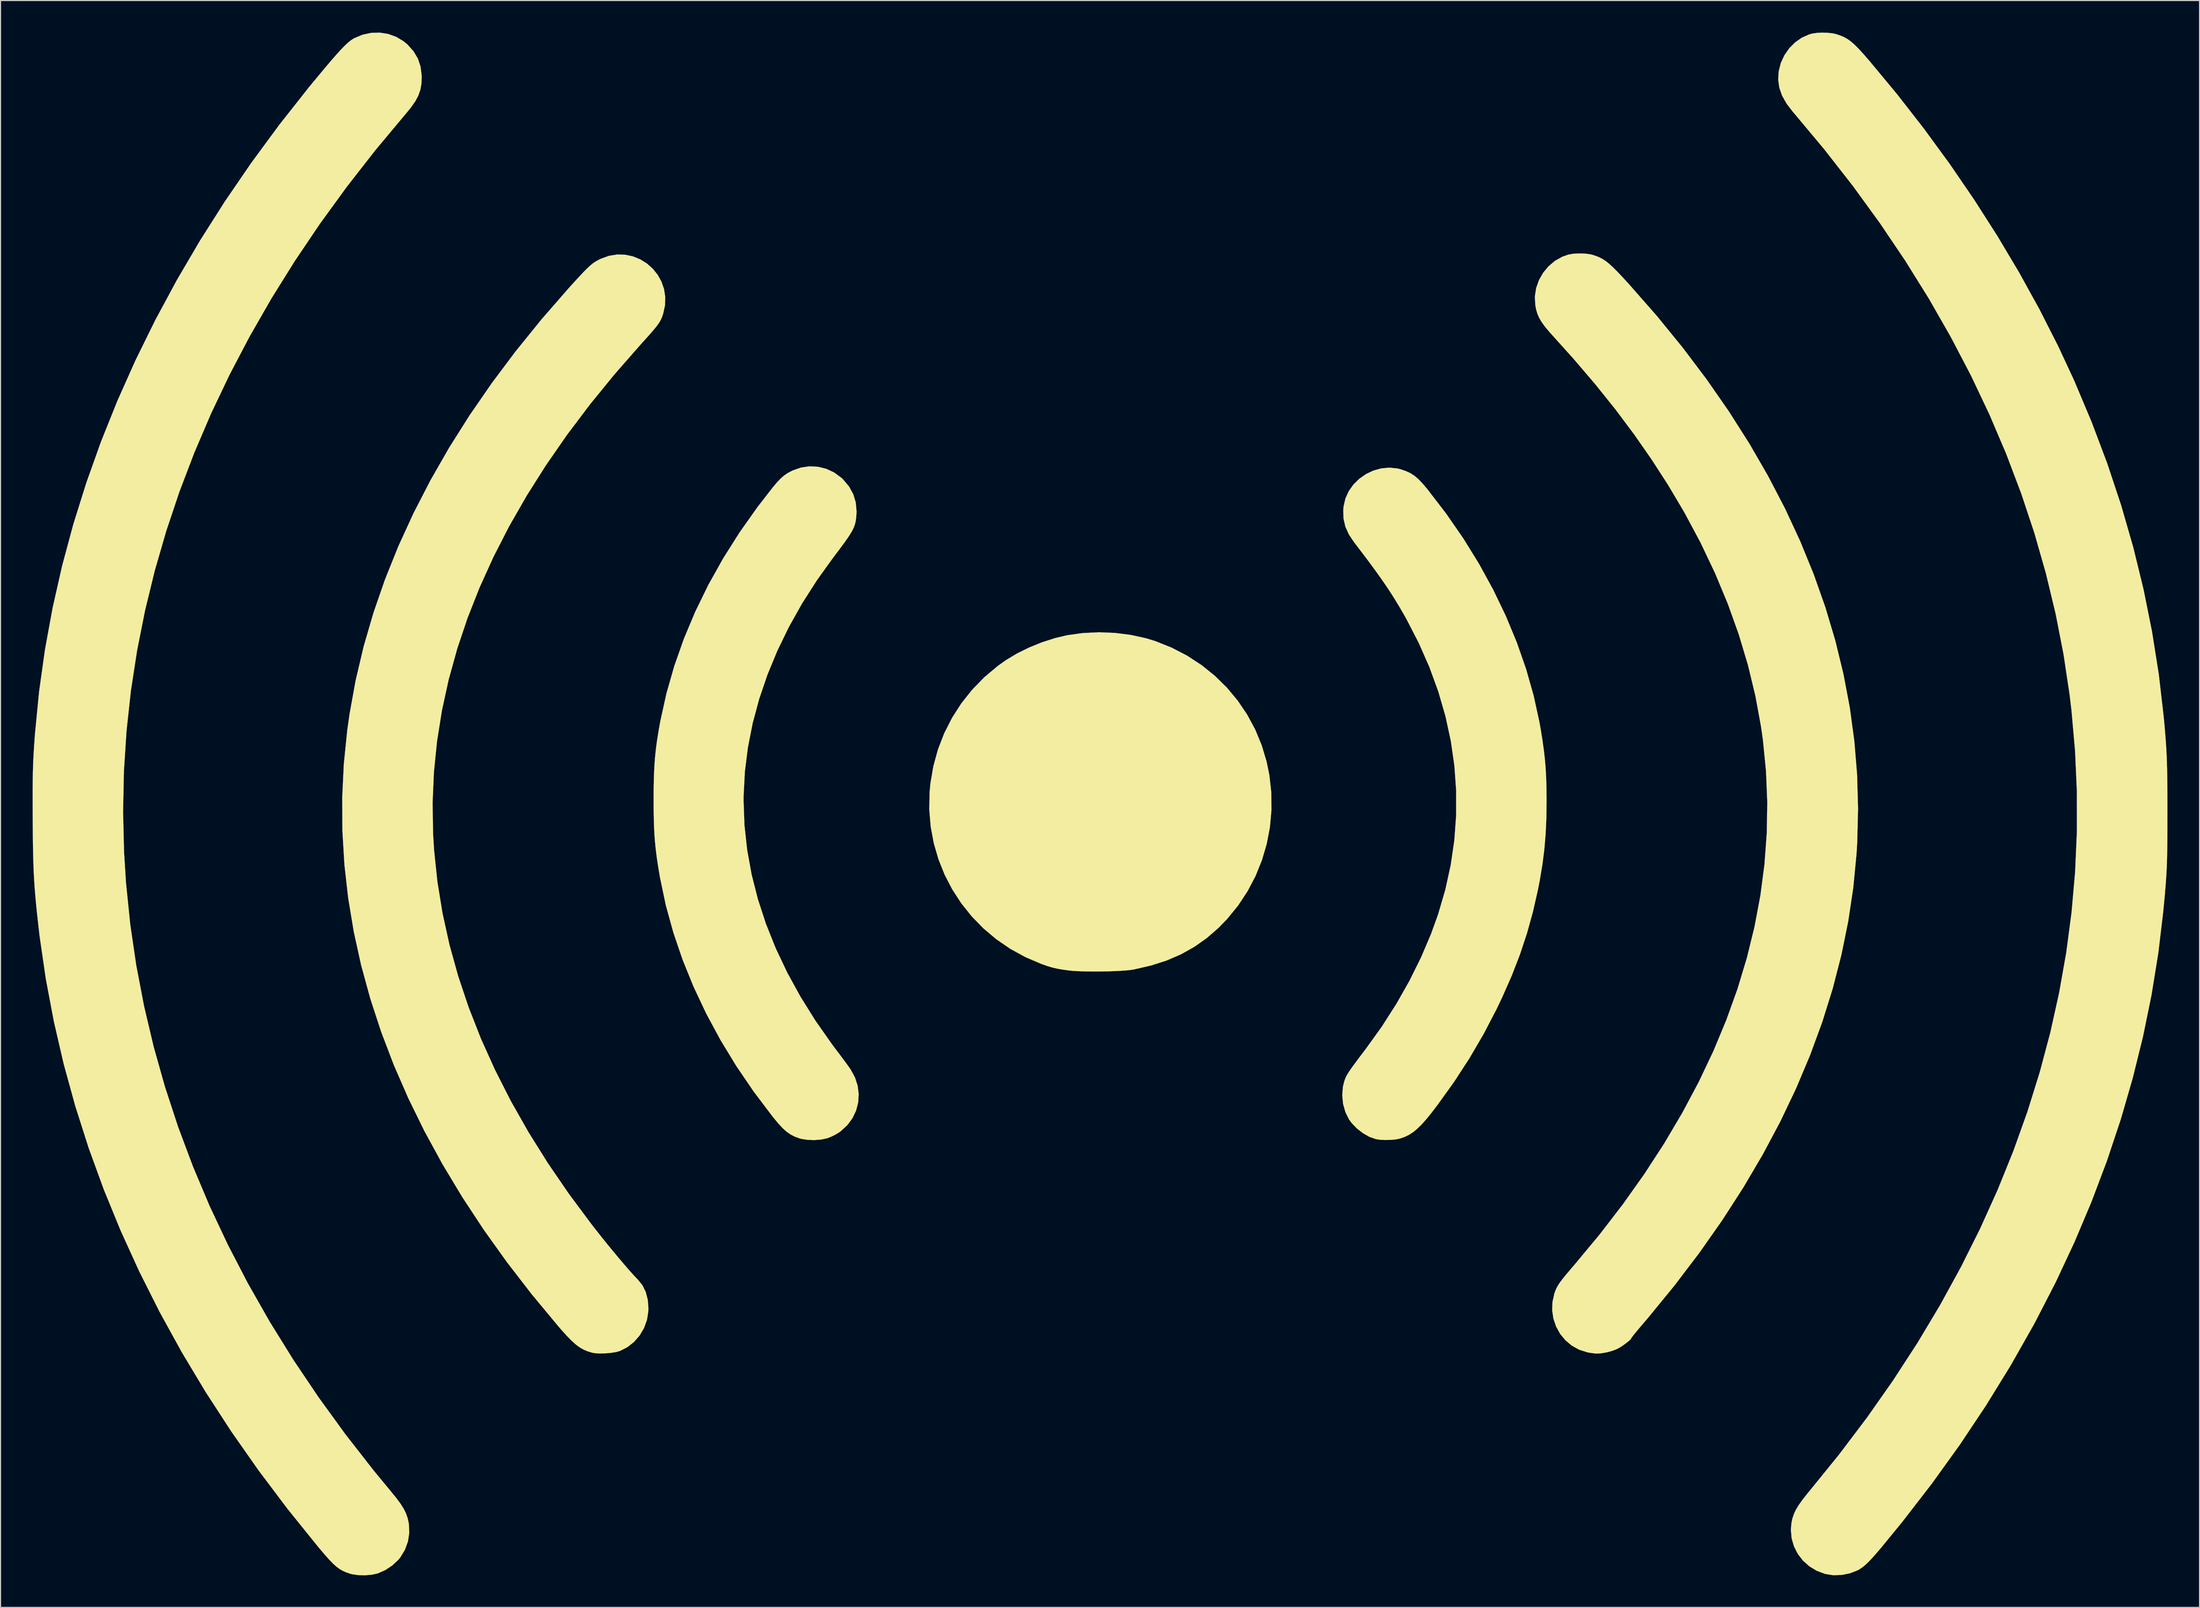
<source format=kicad_pcb>
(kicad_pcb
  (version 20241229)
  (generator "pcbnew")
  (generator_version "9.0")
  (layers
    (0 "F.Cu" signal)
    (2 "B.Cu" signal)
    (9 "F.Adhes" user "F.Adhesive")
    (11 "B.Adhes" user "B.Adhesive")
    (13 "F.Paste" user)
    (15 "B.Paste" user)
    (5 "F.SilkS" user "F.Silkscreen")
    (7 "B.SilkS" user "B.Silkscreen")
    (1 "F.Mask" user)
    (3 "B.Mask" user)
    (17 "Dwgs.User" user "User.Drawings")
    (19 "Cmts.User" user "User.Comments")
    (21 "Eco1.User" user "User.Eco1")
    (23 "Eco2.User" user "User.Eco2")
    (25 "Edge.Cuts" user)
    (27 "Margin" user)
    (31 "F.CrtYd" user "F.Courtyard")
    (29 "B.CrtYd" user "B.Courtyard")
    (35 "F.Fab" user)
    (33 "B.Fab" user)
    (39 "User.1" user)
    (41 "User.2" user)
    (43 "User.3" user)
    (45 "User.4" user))
  (footprint "rfid_14x20_F"
    (layer "F.Cu")
    (at 99.879 72.136)
    (property "Reference" "rfid_14x20_F" (at 0 0 0) (layer "F.SilkS") (effects (font (size 1.524 1.524) (thickness 0.3))))
    (attr through_hole)
    (fp_poly (pts (xy 1.386 -15.962) (xy 2.872 -15.775) (xy 4.298 -15.462) (xy 5.17 -15.195) (xy 6.706 -14.579) (xy 8.151 -13.828) (xy 9.497 -12.948) (xy 10.739 -11.949) (xy 11.868 -10.838) (xy 12.878 -9.625) (xy 13.762 -8.317) (xy 14.512 -6.922) (xy 15.121 -5.449) (xy 15.583 -3.907) (xy 15.836 -2.665) (xy 16.018 -1.036) (xy 16.035 0.588) (xy 15.892 2.194) (xy 15.593 3.771) (xy 15.141 5.307) (xy 14.541 6.79) (xy 13.796 8.209) (xy 12.911 9.551) (xy 11.89 10.804) (xy 11.09 11.628) (xy 9.99 12.585) (xy 8.821 13.41) (xy 7.57 14.11) (xy 6.223 14.691) (xy 4.766 15.159) (xy 3.186 15.523) (xy 3.09 15.541) (xy 2.687 15.596) (xy 2.147 15.642) (xy 1.506 15.678) (xy 0.795 15.703) (xy 0.05 15.717) (xy -0.697 15.72) (xy -1.413 15.71) (xy -2.063 15.688) (xy -2.615 15.654) (xy -2.906 15.624) (xy -3.519 15.54) (xy -4.021 15.452) (xy -4.469 15.348) (xy -4.922 15.212) (xy -5.436 15.032) (xy -5.503 15.007) (xy -7.007 14.365) (xy -8.416 13.59) (xy -9.724 12.69) (xy -10.925 11.676) (xy -12.014 10.557) (xy -12.983 9.342) (xy -13.828 8.042) (xy -14.543 6.666) (xy -15.121 5.222) (xy -15.558 3.722) (xy -15.846 2.175) (xy -15.98 0.589) (xy -15.954 -1.025) (xy -15.877 -1.863) (xy -15.6 -3.493) (xy -15.165 -5.069) (xy -14.579 -6.582) (xy -13.846 -8.023) (xy -12.974 -9.382) (xy -11.967 -10.649) (xy -10.831 -11.815) (xy -9.573 -12.871) (xy -8.805 -13.418) (xy -7.779 -14.035) (xy -6.637 -14.598) (xy -5.429 -15.087) (xy -4.203 -15.48) (xy -3.082 -15.745) (xy -1.626 -15.949) (xy -0.125 -16.021) (xy 1.386 -15.962)) (stroke (width 0.01) (type solid)) (fill yes) (layer "F.SilkS"))
    (fp_poly (pts (xy 27.813 -31.351) (xy 28.115 -31.275) (xy 28.608 -31.108) (xy 29.032 -30.911) (xy 29.419 -30.662) (xy 29.799 -30.335) (xy 30.204 -29.908) (xy 30.645 -29.383) (xy 32.39 -27.111) (xy 33.998 -24.783) (xy 35.466 -22.407) (xy 36.789 -19.99) (xy 37.965 -17.543) (xy 38.989 -15.072) (xy 39.857 -12.587) (xy 40.565 -10.095) (xy 41.109 -7.606) (xy 41.226 -6.943) (xy 41.393 -5.904) (xy 41.523 -4.967) (xy 41.622 -4.088) (xy 41.693 -3.22) (xy 41.74 -2.319) (xy 41.766 -1.338) (xy 41.775 -0.254) (xy 41.755 1.364) (xy 41.686 2.869) (xy 41.563 4.313) (xy 41.38 5.745) (xy 41.133 7.217) (xy 40.974 8.034) (xy 40.502 10.121) (xy 39.942 12.141) (xy 39.283 14.129) (xy 38.512 16.119) (xy 37.618 18.147) (xy 37.084 19.262) (xy 35.874 21.585) (xy 34.564 23.829) (xy 33.132 26.031) (xy 31.58 28.194) (xy 31.01 28.939) (xy 30.51 29.554) (xy 30.064 30.054) (xy 29.654 30.454) (xy 29.265 30.769) (xy 28.879 31.014) (xy 28.479 31.204) (xy 28.048 31.354) (xy 28.03 31.36) (xy 27.657 31.433) (xy 27.182 31.476) (xy 26.67 31.486) (xy 26.185 31.462) (xy 25.798 31.403) (xy 25.2 31.191) (xy 24.596 30.849) (xy 24.029 30.409) (xy 23.542 29.904) (xy 23.297 29.567) (xy 22.952 28.876) (xy 22.738 28.11) (xy 22.659 27.31) (xy 22.72 26.515) (xy 22.849 25.986) (xy 22.912 25.803) (xy 22.985 25.625) (xy 23.08 25.437) (xy 23.207 25.222) (xy 23.379 24.961) (xy 23.606 24.638) (xy 23.9 24.237) (xy 24.273 23.74) (xy 24.734 23.131) (xy 24.866 22.957) (xy 26.351 20.891) (xy 27.713 18.765) (xy 28.943 16.595) (xy 30.031 14.4) (xy 30.969 12.197) (xy 31.629 10.365) (xy 32.303 8.061) (xy 32.809 5.748) (xy 33.146 3.43) (xy 33.315 1.108) (xy 33.316 -1.215) (xy 33.15 -3.536) (xy 32.817 -5.852) (xy 32.317 -8.161) (xy 31.651 -10.461) (xy 30.818 -12.748) (xy 29.819 -15.02) (xy 28.655 -17.274) (xy 28.368 -17.783) (xy 27.968 -18.468) (xy 27.568 -19.126) (xy 27.155 -19.777) (xy 26.713 -20.441) (xy 26.23 -21.138) (xy 25.691 -21.888) (xy 25.084 -22.712) (xy 24.392 -23.629) (xy 23.756 -24.461) (xy 23.273 -25.186) (xy 22.95 -25.908) (xy 22.779 -26.651) (xy 22.753 -27.442) (xy 22.786 -27.813) (xy 22.958 -28.554) (xy 23.273 -29.239) (xy 23.711 -29.854) (xy 24.253 -30.386) (xy 24.878 -30.823) (xy 25.567 -31.151) (xy 26.299 -31.356) (xy 27.054 -31.427) (xy 27.813 -31.351)) (stroke (width 0.01) (type solid)) (fill yes) (layer "F.SilkS"))
    (fp_poly (pts (xy -26.388 -31.509) (xy -25.612 -31.314) (xy -24.88 -30.971) (xy -24.213 -30.483) (xy -24.038 -30.317) (xy -23.486 -29.659) (xy -23.094 -28.944) (xy -22.861 -28.172) (xy -22.787 -27.342) (xy -22.798 -27.061) (xy -22.825 -26.724) (xy -22.866 -26.424) (xy -22.932 -26.142) (xy -23.031 -25.859) (xy -23.175 -25.557) (xy -23.372 -25.217) (xy -23.634 -24.82) (xy -23.97 -24.347) (xy -24.39 -23.781) (xy -24.904 -23.101) (xy -24.948 -23.044) (xy -26.487 -20.904) (xy -27.877 -18.729) (xy -29.115 -16.524) (xy -30.198 -14.295) (xy -31.126 -12.047) (xy -31.896 -9.785) (xy -32.506 -7.516) (xy -32.953 -5.244) (xy -33.237 -2.976) (xy -33.354 -0.716) (xy -33.358 -0.287) (xy -33.275 2.022) (xy -33.024 4.332) (xy -32.605 6.641) (xy -32.02 8.946) (xy -31.269 11.245) (xy -30.354 13.535) (xy -29.275 15.813) (xy -28.033 18.077) (xy -26.63 20.324) (xy -25.066 22.552) (xy -24.698 23.042) (xy -24.358 23.493) (xy -24.03 23.932) (xy -23.738 24.329) (xy -23.504 24.652) (xy -23.349 24.872) (xy -23.347 24.876) (xy -22.938 25.624) (xy -22.686 26.402) (xy -22.586 27.192) (xy -22.635 27.974) (xy -22.83 28.73) (xy -23.167 29.441) (xy -23.641 30.087) (xy -24.25 30.649) (xy -24.48 30.813) (xy -24.839 31.022) (xy -25.246 31.215) (xy -25.544 31.326) (xy -26.095 31.443) (xy -26.722 31.493) (xy -27.356 31.474) (xy -27.93 31.386) (xy -28.126 31.333) (xy -28.565 31.171) (xy -28.955 30.973) (xy -29.322 30.719) (xy -29.694 30.385) (xy -30.098 29.951) (xy -30.56 29.396) (xy -30.607 29.337) (xy -32.385 26.988) (xy -34.02 24.59) (xy -35.508 22.148) (xy -36.845 19.669) (xy -38.029 17.161) (xy -39.057 14.63) (xy -39.925 12.082) (xy -40.63 9.525) (xy -41.169 6.965) (xy -41.188 6.859) (xy -41.349 5.903) (xy -41.479 5.039) (xy -41.58 4.23) (xy -41.657 3.439) (xy -41.712 2.629) (xy -41.747 1.763) (xy -41.767 0.804) (xy -41.773 -0.286) (xy -41.773 -0.339) (xy -41.767 -1.473) (xy -41.747 -2.475) (xy -41.708 -3.38) (xy -41.649 -4.225) (xy -41.566 -5.046) (xy -41.456 -5.878) (xy -41.315 -6.759) (xy -41.146 -7.701) (xy -40.576 -10.291) (xy -39.839 -12.867) (xy -38.938 -15.423) (xy -37.875 -17.955) (xy -36.652 -20.459) (xy -35.272 -22.928) (xy -33.736 -25.359) (xy -32.048 -27.746) (xy -30.64 -29.559) (xy -30.237 -30.039) (xy -29.891 -30.406) (xy -29.566 -30.689) (xy -29.228 -30.919) (xy -28.841 -31.124) (xy -28.767 -31.159) (xy -27.987 -31.435) (xy -27.187 -31.55) (xy -26.388 -31.509)) (stroke (width 0.01) (type solid)) (fill yes) (layer "F.SilkS"))
    (fp_poly (pts (xy -44.42 -51.348) (xy -43.698 -51.192) (xy -43.022 -50.915) (xy -42.405 -50.53) (xy -41.86 -50.048) (xy -41.402 -49.481) (xy -41.045 -48.841) (xy -40.801 -48.141) (xy -40.685 -47.392) (xy -40.711 -46.606) (xy -40.876 -45.847) (xy -40.959 -45.597) (xy -41.049 -45.371) (xy -41.16 -45.15) (xy -41.307 -44.916) (xy -41.503 -44.649) (xy -41.761 -44.332) (xy -42.095 -43.944) (xy -42.52 -43.468) (xy -42.98 -42.959) (xy -45.446 -40.144) (xy -47.747 -37.32) (xy -49.882 -34.488) (xy -51.85 -31.648) (xy -53.651 -28.801) (xy -55.286 -25.948) (xy -56.753 -23.088) (xy -58.053 -20.223) (xy -59.186 -17.353) (xy -60.151 -14.479) (xy -60.948 -11.601) (xy -61.578 -8.719) (xy -62.038 -5.834) (xy -62.33 -2.948) (xy -62.454 -0.059) (xy -62.408 2.831) (xy -62.313 4.386) (xy -62.004 7.327) (xy -61.525 10.267) (xy -60.878 13.206) (xy -60.063 16.142) (xy -59.08 19.075) (xy -57.931 22.003) (xy -56.614 24.926) (xy -55.132 27.842) (xy -53.483 30.751) (xy -51.669 33.65) (xy -49.691 36.541) (xy -47.547 39.42) (xy -46.621 40.598) (xy -46.098 41.247) (xy -45.569 41.891) (xy -45.052 42.512) (xy -44.563 43.088) (xy -44.119 43.603) (xy -43.734 44.036) (xy -43.426 44.369) (xy -43.262 44.535) (xy -42.827 45.068) (xy -42.511 45.71) (xy -42.32 46.442) (xy -42.259 47.246) (xy -42.268 47.509) (xy -42.396 48.318) (xy -42.672 49.08) (xy -43.08 49.775) (xy -43.607 50.38) (xy -44.235 50.874) (xy -44.931 51.229) (xy -45.288 51.328) (xy -45.754 51.402) (xy -46.272 51.448) (xy -46.785 51.461) (xy -47.235 51.438) (xy -47.5 51.394) (xy -47.92 51.27) (xy -48.305 51.111) (xy -48.673 50.903) (xy -49.047 50.628) (xy -49.447 50.27) (xy -49.894 49.814) (xy -50.408 49.243) (xy -50.666 48.946) (xy -53.164 45.938) (xy -55.5 42.913) (xy -57.673 39.873) (xy -59.683 36.818) (xy -61.528 33.75) (xy -63.21 30.67) (xy -64.726 27.578) (xy -66.078 24.477) (xy -67.265 21.366) (xy -68.285 18.248) (xy -69.14 15.123) (xy -69.828 11.992) (xy -70.349 8.857) (xy -70.703 5.719) (xy -70.89 2.578) (xy -70.908 -0.564) (xy -70.758 -3.706) (xy -70.439 -6.847) (xy -70.222 -8.382) (xy -69.647 -11.546) (xy -68.903 -14.697) (xy -67.991 -17.832) (xy -66.911 -20.953) (xy -65.663 -24.057) (xy -64.248 -27.146) (xy -62.666 -30.218) (xy -60.917 -33.273) (xy -59.001 -36.309) (xy -56.919 -39.328) (xy -54.671 -42.327) (xy -52.257 -45.308) (xy -49.678 -48.268) (xy -49.229 -48.763) (xy -48.732 -49.303) (xy -48.327 -49.734) (xy -47.993 -50.071) (xy -47.713 -50.333) (xy -47.464 -50.537) (xy -47.229 -50.699) (xy -46.987 -50.838) (xy -46.72 -50.969) (xy -45.945 -51.249) (xy -45.173 -51.371) (xy -44.42 -51.348)) (stroke (width 0.01) (type solid)) (fill yes) (layer "F.SilkS"))
    (fp_poly (pts (xy 45.359 -51.455) (xy 45.857 -51.391) (xy 46.064 -51.341) (xy 46.411 -51.229) (xy 46.725 -51.102) (xy 47.023 -50.946) (xy 47.324 -50.746) (xy 47.644 -50.49) (xy 48.002 -50.161) (xy 48.415 -49.747) (xy 48.901 -49.233) (xy 49.478 -48.604) (xy 49.521 -48.556) (xy 52.092 -45.625) (xy 54.499 -42.672) (xy 56.744 -39.696) (xy 58.826 -36.7) (xy 60.744 -33.685) (xy 62.497 -30.651) (xy 64.087 -27.599) (xy 65.511 -24.531) (xy 66.77 -21.448) (xy 67.863 -18.35) (xy 68.79 -15.24) (xy 69.551 -12.116) (xy 70.144 -8.982) (xy 70.571 -5.838) (xy 70.829 -2.684) (xy 70.919 0.478) (xy 70.84 3.646) (xy 70.776 4.699) (xy 70.473 7.859) (xy 70.001 11.012) (xy 69.361 14.159) (xy 68.552 17.298) (xy 67.575 20.429) (xy 66.43 23.55) (xy 65.119 26.662) (xy 63.64 29.764) (xy 61.995 32.854) (xy 60.183 35.933) (xy 58.206 38.998) (xy 56.063 42.051) (xy 53.754 45.089) (xy 51.281 48.112) (xy 50.738 48.748) (xy 50.412 49.132) (xy 50.127 49.474) (xy 49.902 49.753) (xy 49.754 49.948) (xy 49.699 50.037) (xy 49.699 50.037) (xy 49.633 50.14) (xy 49.457 50.304) (xy 49.208 50.503) (xy 48.919 50.711) (xy 48.626 50.9) (xy 48.403 51.025) (xy 47.949 51.208) (xy 47.409 51.355) (xy 46.864 51.447) (xy 46.482 51.469) (xy 46.183 51.447) (xy 45.818 51.396) (xy 45.573 51.349) (xy 44.806 51.101) (xy 44.122 50.718) (xy 43.531 50.219) (xy 43.043 49.623) (xy 42.669 48.947) (xy 42.418 48.212) (xy 42.302 47.434) (xy 42.33 46.634) (xy 42.509 45.838) (xy 42.601 45.58) (xy 42.707 45.339) (xy 42.843 45.092) (xy 43.022 44.82) (xy 43.261 44.502) (xy 43.572 44.116) (xy 43.97 43.643) (xy 44.367 43.18) (xy 46.711 40.363) (xy 48.894 37.53) (xy 50.916 34.682) (xy 52.776 31.82) (xy 54.474 28.946) (xy 56.01 26.062) (xy 57.382 23.168) (xy 58.591 20.267) (xy 59.636 17.36) (xy 60.516 14.449) (xy 61.231 11.534) (xy 61.78 8.618) (xy 62.162 5.702) (xy 62.378 2.788) (xy 62.427 -0.124) (xy 62.307 -3.03) (xy 62.02 -5.931) (xy 61.841 -7.197) (xy 61.313 -10.077) (xy 60.617 -12.958) (xy 59.754 -15.836) (xy 58.725 -18.708) (xy 57.532 -21.57) (xy 56.177 -24.42) (xy 54.659 -27.254) (xy 53.155 -29.789) (xy 51.61 -32.183) (xy 49.964 -34.547) (xy 48.204 -36.897) (xy 46.317 -39.249) (xy 44.291 -41.621) (xy 42.544 -43.561) (xy 42.025 -44.14) (xy 41.616 -44.633) (xy 41.304 -45.065) (xy 41.073 -45.462) (xy 40.907 -45.851) (xy 40.792 -46.257) (xy 40.717 -46.666) (xy 40.682 -47.459) (xy 40.803 -48.237) (xy 41.065 -48.978) (xy 41.455 -49.663) (xy 41.959 -50.269) (xy 42.562 -50.777) (xy 43.251 -51.164) (xy 43.815 -51.362) (xy 44.268 -51.441) (xy 44.806 -51.472) (xy 45.359 -51.455)) (stroke (width 0.01) (type solid)) (fill yes) (layer "F.SilkS"))
    (fp_poly (pts (xy -66.603 -72.005) (xy -65.852 -71.734) (xy -65.164 -71.321) (xy -64.801 -71.017) (xy -64.238 -70.387) (xy -63.834 -69.706) (xy -63.582 -68.958) (xy -63.476 -68.131) (xy -63.471 -67.945) (xy -63.5 -67.331) (xy -63.602 -66.771) (xy -63.792 -66.236) (xy -64.083 -65.694) (xy -64.489 -65.115) (xy -64.967 -64.533) (xy -67.796 -61.147) (xy -70.469 -57.723) (xy -72.985 -54.262) (xy -75.344 -50.767) (xy -77.544 -47.239) (xy -79.585 -43.68) (xy -81.466 -40.092) (xy -83.186 -36.477) (xy -84.745 -32.837) (xy -86.143 -29.173) (xy -87.378 -25.488) (xy -88.45 -21.784) (xy -89.358 -18.062) (xy -90.101 -14.325) (xy -90.679 -10.574) (xy -91.09 -6.811) (xy -91.336 -3.038) (xy -91.413 0.743) (xy -91.323 4.531) (xy -91.138 7.451) (xy -90.744 11.304) (xy -90.182 15.138) (xy -89.452 18.951) (xy -88.557 22.741) (xy -87.496 26.506) (xy -86.27 30.245) (xy -84.88 33.956) (xy -83.327 37.638) (xy -81.61 41.289) (xy -79.732 44.907) (xy -77.693 48.491) (xy -75.492 52.039) (xy -73.132 55.549) (xy -70.613 59.021) (xy -67.935 62.452) (xy -66.337 64.389) (xy -65.837 65.004) (xy -65.446 65.532) (xy -65.151 66.001) (xy -64.937 66.438) (xy -64.788 66.871) (xy -64.689 67.328) (xy -64.672 67.439) (xy -64.637 68.255) (xy -64.762 69.058) (xy -65.039 69.821) (xy -65.458 70.517) (xy -65.684 70.792) (xy -66.238 71.305) (xy -66.883 71.73) (xy -67.56 72.03) (xy -67.63 72.053) (xy -68.175 72.168) (xy -68.797 72.217) (xy -69.428 72.199) (xy -70.001 72.113) (xy -70.206 72.057) (xy -70.557 71.934) (xy -70.872 71.794) (xy -71.168 71.621) (xy -71.465 71.398) (xy -71.783 71.109) (xy -72.141 70.738) (xy -72.559 70.268) (xy -73.056 69.682) (xy -73.163 69.554) (xy -76.034 65.992) (xy -78.746 62.389) (xy -81.298 58.746) (xy -83.689 55.064) (xy -85.919 51.346) (xy -87.987 47.591) (xy -89.893 43.801) (xy -91.636 39.979) (xy -93.215 36.124) (xy -94.631 32.238) (xy -95.881 28.323) (xy -96.967 24.38) (xy -97.886 20.41) (xy -98.64 16.414) (xy -99.226 12.394) (xy -99.478 10.16) (xy -99.56 9.326) (xy -99.63 8.56) (xy -99.688 7.836) (xy -99.735 7.128) (xy -99.773 6.411) (xy -99.803 5.659) (xy -99.826 4.846) (xy -99.843 3.947) (xy -99.856 2.935) (xy -99.865 1.785) (xy -99.867 1.524) (xy -99.872 0.413) (xy -99.874 -0.554) (xy -99.873 -1.4) (xy -99.866 -2.15) (xy -99.854 -2.829) (xy -99.836 -3.46) (xy -99.812 -4.069) (xy -99.781 -4.679) (xy -99.741 -5.315) (xy -99.693 -6.001) (xy -99.655 -6.519) (xy -99.271 -10.464) (xy -98.72 -14.4) (xy -98.001 -18.324) (xy -97.117 -22.234) (xy -96.069 -26.126) (xy -94.856 -29.999) (xy -93.482 -33.849) (xy -91.947 -37.674) (xy -90.252 -41.471) (xy -88.398 -45.237) (xy -86.386 -48.971) (xy -84.218 -52.668) (xy -81.895 -56.327) (xy -79.418 -59.945) (xy -76.788 -63.519) (xy -74.006 -67.046) (xy -72.523 -68.833) (xy -71.947 -69.51) (xy -71.462 -70.067) (xy -71.054 -70.518) (xy -70.71 -70.876) (xy -70.416 -71.154) (xy -70.159 -71.368) (xy -69.925 -71.53) (xy -69.78 -71.613) (xy -69.005 -71.938) (xy -68.202 -72.109) (xy -67.394 -72.131) (xy -66.603 -72.005)) (stroke (width 0.01) (type solid)) (fill yes) (layer "F.SilkS"))
    (fp_poly (pts (xy 68.121 -72.113) (xy 68.599 -72.055) (xy 68.84 -72) (xy 69.238 -71.869) (xy 69.592 -71.721) (xy 69.922 -71.538) (xy 70.25 -71.304) (xy 70.596 -71.001) (xy 70.983 -70.614) (xy 71.429 -70.124) (xy 71.949 -69.528) (xy 74.564 -66.379) (xy 77.082 -63.147) (xy 79.494 -59.846) (xy 81.79 -56.489) (xy 83.963 -53.089) (xy 86.003 -49.662) (xy 87.902 -46.22) (xy 89.65 -42.777) (xy 91.136 -39.582) (xy 92.771 -35.702) (xy 94.237 -31.81) (xy 95.535 -27.902) (xy 96.666 -23.979) (xy 97.629 -20.037) (xy 98.425 -16.076) (xy 99.055 -12.094) (xy 99.519 -8.089) (xy 99.519 -8.086) (xy 99.594 -7.277) (xy 99.657 -6.544) (xy 99.71 -5.864) (xy 99.754 -5.212) (xy 99.788 -4.565) (xy 99.815 -3.899) (xy 99.835 -3.188) (xy 99.849 -2.41) (xy 99.858 -1.54) (xy 99.863 -0.555) (xy 99.864 0.571) (xy 99.864 0.847) (xy 99.863 1.981) (xy 99.86 2.971) (xy 99.853 3.841) (xy 99.841 4.614) (xy 99.824 5.315) (xy 99.8 5.969) (xy 99.768 6.6) (xy 99.728 7.233) (xy 99.678 7.891) (xy 99.617 8.599) (xy 99.544 9.382) (xy 99.478 10.071) (xy 99.012 13.984) (xy 98.379 17.898) (xy 97.58 21.805) (xy 96.617 25.7) (xy 95.492 29.579) (xy 94.206 33.434) (xy 92.762 37.261) (xy 91.162 41.053) (xy 89.406 44.805) (xy 87.497 48.511) (xy 87.335 48.811) (xy 85.184 52.605) (xy 82.883 56.339) (xy 80.43 60.017) (xy 77.82 63.645) (xy 75.051 67.227) (xy 73.147 69.555) (xy 72.637 70.155) (xy 72.21 70.635) (xy 71.847 71.013) (xy 71.532 71.304) (xy 71.247 71.527) (xy 70.973 71.698) (xy 70.879 71.749) (xy 70.157 72.031) (xy 69.382 72.186) (xy 68.601 72.21) (xy 67.861 72.096) (xy 67.841 72.09) (xy 67.056 71.798) (xy 66.361 71.377) (xy 65.766 70.845) (xy 65.284 70.22) (xy 64.927 69.52) (xy 64.706 68.763) (xy 64.634 67.965) (xy 64.681 67.374) (xy 64.769 66.936) (xy 64.901 66.522) (xy 65.093 66.104) (xy 65.358 65.659) (xy 65.711 65.161) (xy 66.166 64.584) (xy 66.435 64.258) (xy 69.178 60.874) (xy 71.765 57.449) (xy 74.195 53.986) (xy 76.469 50.486) (xy 78.584 46.952) (xy 80.54 43.385) (xy 82.338 39.788) (xy 83.975 36.164) (xy 85.451 32.513) (xy 86.766 28.839) (xy 87.919 25.143) (xy 88.909 21.428) (xy 89.736 17.695) (xy 90.399 13.948) (xy 90.896 10.187) (xy 91.228 6.415) (xy 91.394 2.634) (xy 91.392 -1.153) (xy 91.223 -4.945) (xy 90.886 -8.739) (xy 90.716 -10.16) (xy 90.144 -13.968) (xy 89.404 -17.759) (xy 88.497 -21.53) (xy 87.425 -25.281) (xy 86.186 -29.008) (xy 84.784 -32.71) (xy 83.218 -36.386) (xy 81.489 -40.034) (xy 79.598 -43.652) (xy 77.547 -47.238) (xy 75.335 -50.79) (xy 72.964 -54.307) (xy 70.434 -57.787) (xy 67.746 -61.228) (xy 64.902 -64.629) (xy 64.816 -64.728) (xy 64.235 -65.482) (xy 63.817 -66.222) (xy 63.556 -66.961) (xy 63.449 -67.711) (xy 63.491 -68.485) (xy 63.496 -68.516) (xy 63.692 -69.291) (xy 64.026 -70.014) (xy 64.478 -70.665) (xy 65.03 -71.221) (xy 65.663 -71.663) (xy 66.358 -71.969) (xy 66.633 -72.044) (xy 67.07 -72.109) (xy 67.588 -72.131) (xy 68.121 -72.113)) (stroke (width 0.01) (type solid)) (fill yes) (layer "F.SilkS")))
  (gr_rect
    (start -3 -3)
    (end 202.749 147.358)
    (stroke (width 0.1) (type default))
    (fill no)
    (layer "Edge.Cuts")))
</source>
